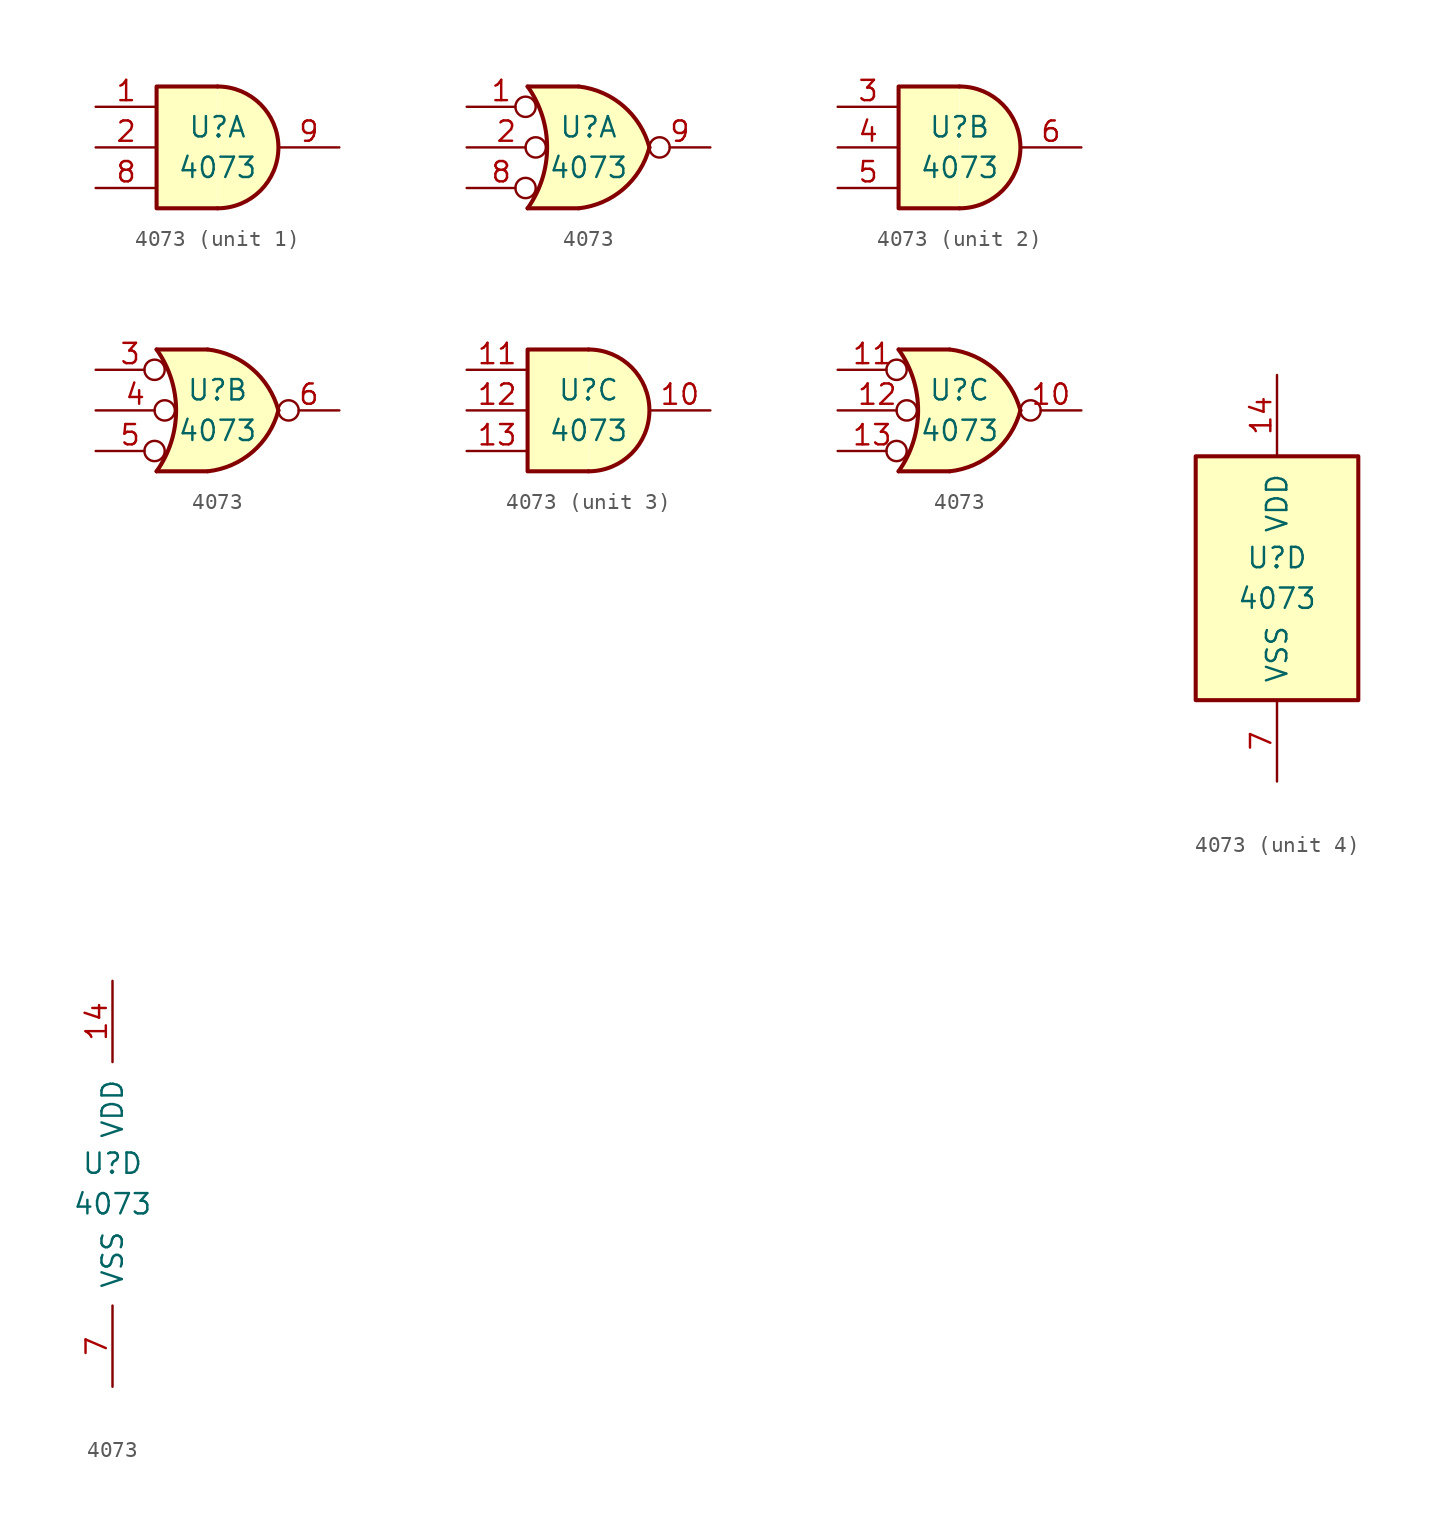
<source format=kicad_sym>
(kicad_symbol_lib
  (version 20200908)
  (generator kicad_symbol_editor)
  (symbol "4xxx:4073"
    (pin_names
      (offset 1.016))
    (property "Reference" "U"
      (at 0 1.27 0)
      (effects (font (size 1.27 1.27))))
    (property "Value" "4073"
      (at 0 -1.27 0)
      (effects (font (size 1.27 1.27))))
    (property "ki_locked" ""
      (at 0 0 0)
      (effects (font (size 1.27 1.27))))
    (symbol "4073_1_1"
      (arc (start 0 -3.81) (end 0 3.81) (radius (at 0 0) (length 3.81) (angles -89.9 89.9)) (stroke (width 0.254)) (fill (type background)))
      (polyline (pts (xy 0 3.81) (xy -3.81 3.81) (xy -3.81 -3.81) (xy 0 -3.81)) (stroke (width 0.254)) (fill (type background)))
      (pin input line (at -7.62 2.54 0) (length 3.81) (name "~" (effects (font (size 1.27 1.27)))) (number "1" (effects (font (size 1.27 1.27)))))
      (pin input line (at -7.62 0 0) (length 3.81) (name "~" (effects (font (size 1.27 1.27)))) (number "2" (effects (font (size 1.27 1.27)))))
      (pin input line (at -7.62 -2.54 0) (length 3.81) (name "~" (effects (font (size 1.27 1.27)))) (number "8" (effects (font (size 1.27 1.27)))))
      (pin output line (at 7.62 0 180) (length 3.81) (name "~" (effects (font (size 1.27 1.27)))) (number "9" (effects (font (size 1.27 1.27))))))
    (symbol "4073_2_1"
      (arc (start 0 -3.81) (end 0 3.81) (radius (at 0 0) (length 3.81) (angles -89.9 89.9)) (stroke (width 0.254)) (fill (type background)))
      (polyline (pts (xy 0 3.81) (xy -3.81 3.81) (xy -3.81 -3.81) (xy 0 -3.81)) (stroke (width 0.254)) (fill (type background)))
      (pin input line (at -7.62 2.54 0) (length 3.81) (name "~" (effects (font (size 1.27 1.27)))) (number "3" (effects (font (size 1.27 1.27)))))
      (pin input line (at -7.62 0 0) (length 3.81) (name "~" (effects (font (size 1.27 1.27)))) (number "4" (effects (font (size 1.27 1.27)))))
      (pin input line (at -7.62 -2.54 0) (length 3.81) (name "~" (effects (font (size 1.27 1.27)))) (number "5" (effects (font (size 1.27 1.27)))))
      (pin output line (at 7.62 0 180) (length 3.81) (name "~" (effects (font (size 1.27 1.27)))) (number "6" (effects (font (size 1.27 1.27))))))
    (symbol "4073_3_1"
      (arc (start 0 -3.81) (end 0 3.81) (radius (at 0 0) (length 3.81) (angles -89.9 89.9)) (stroke (width 0.254)) (fill (type background)))
      (polyline (pts (xy 0 3.81) (xy -3.81 3.81) (xy -3.81 -3.81) (xy 0 -3.81)) (stroke (width 0.254)) (fill (type background)))
      (pin output line (at 7.62 0 180) (length 3.81) (name "~" (effects (font (size 1.27 1.27)))) (number "10" (effects (font (size 1.27 1.27)))))
      (pin input line (at -7.62 2.54 0) (length 3.81) (name "~" (effects (font (size 1.27 1.27)))) (number "11" (effects (font (size 1.27 1.27)))))
      (pin input line (at -7.62 0 0) (length 3.81) (name "~" (effects (font (size 1.27 1.27)))) (number "12" (effects (font (size 1.27 1.27)))))
      (pin input line (at -7.62 -2.54 0) (length 3.81) (name "~" (effects (font (size 1.27 1.27)))) (number "13" (effects (font (size 1.27 1.27))))))
    (symbol "4073_1_2"
      (arc (start -3.81 3.81) (end -3.81 -3.81) (radius (at -9.144 0) (length 6.5532) (angles 35.4 -35.4)) (stroke (width 0.254)) (fill (type none)))
      (arc (start 3.81 0) (end -0.6096 3.81) (radius (at -1.1938 -1.3208) (length 5.1816) (angles 15 83.7)) (stroke (width 0.254)) (fill (type background)))
      (arc (start 3.81 0) (end -0.6096 -3.81) (radius (at -1.1938 1.3208) (length 5.1816) (angles -15 -83.7)) (stroke (width 0.254)) (fill (type background)))
      (polyline (pts (xy -3.81 -3.81) (xy -0.635 -3.81)) (stroke (width 0.254)) (fill (type background)))
      (polyline (pts (xy -3.81 3.81) (xy -0.635 3.81)) (stroke (width 0.254)) (fill (type background)))
      (polyline (pts (xy -0.635 3.81) (xy -3.81 3.81) (xy -3.81 3.81) (xy -3.556 3.404) (xy -3.023 2.261) (xy -2.692 1.041) (xy -2.616 -0.254) (xy -2.769 -1.499) (xy -3.175 -2.718) (xy -3.81 -3.81) (xy -3.81 -3.81) (xy -0.635 -3.81)) (stroke (width -25.4)) (fill (type background)))
      (pin input inverted (at -7.62 2.54 0) (length 4.318) (name "~" (effects (font (size 1.27 1.27)))) (number "1" (effects (font (size 1.27 1.27)))))
      (pin input inverted (at -7.62 0 0) (length 4.953) (name "~" (effects (font (size 1.27 1.27)))) (number "2" (effects (font (size 1.27 1.27)))))
      (pin input inverted (at -7.62 -2.54 0) (length 4.318) (name "~" (effects (font (size 1.27 1.27)))) (number "8" (effects (font (size 1.27 1.27)))))
      (pin output inverted (at 7.62 0 180) (length 3.81) (name "~" (effects (font (size 1.27 1.27)))) (number "9" (effects (font (size 1.27 1.27))))))
    (symbol "4073_2_2"
      (arc (start -3.81 3.81) (end -3.81 -3.81) (radius (at -9.144 0) (length 6.5532) (angles 35.4 -35.4)) (stroke (width 0.254)) (fill (type none)))
      (arc (start 3.81 0) (end -0.6096 3.81) (radius (at -1.1938 -1.3208) (length 5.1816) (angles 15 83.7)) (stroke (width 0.254)) (fill (type background)))
      (arc (start 3.81 0) (end -0.6096 -3.81) (radius (at -1.1938 1.3208) (length 5.1816) (angles -15 -83.7)) (stroke (width 0.254)) (fill (type background)))
      (polyline (pts (xy -3.81 -3.81) (xy -0.635 -3.81)) (stroke (width 0.254)) (fill (type background)))
      (polyline (pts (xy -3.81 3.81) (xy -0.635 3.81)) (stroke (width 0.254)) (fill (type background)))
      (polyline (pts (xy -0.635 3.81) (xy -3.81 3.81) (xy -3.81 3.81) (xy -3.556 3.404) (xy -3.023 2.261) (xy -2.692 1.041) (xy -2.616 -0.254) (xy -2.769 -1.499) (xy -3.175 -2.718) (xy -3.81 -3.81) (xy -3.81 -3.81) (xy -0.635 -3.81)) (stroke (width -25.4)) (fill (type background)))
      (pin input inverted (at -7.62 2.54 0) (length 4.318) (name "~" (effects (font (size 1.27 1.27)))) (number "3" (effects (font (size 1.27 1.27)))))
      (pin input inverted (at -7.62 0 0) (length 4.953) (name "~" (effects (font (size 1.27 1.27)))) (number "4" (effects (font (size 1.27 1.27)))))
      (pin input inverted (at -7.62 -2.54 0) (length 4.318) (name "~" (effects (font (size 1.27 1.27)))) (number "5" (effects (font (size 1.27 1.27)))))
      (pin output inverted (at 7.62 0 180) (length 3.81) (name "~" (effects (font (size 1.27 1.27)))) (number "6" (effects (font (size 1.27 1.27))))))
    (symbol "4073_3_2"
      (arc (start -3.81 3.81) (end -3.81 -3.81) (radius (at -9.144 0) (length 6.5532) (angles 35.4 -35.4)) (stroke (width 0.254)) (fill (type none)))
      (arc (start 3.81 0) (end -0.6096 3.81) (radius (at -1.1938 -1.3208) (length 5.1816) (angles 15 83.7)) (stroke (width 0.254)) (fill (type background)))
      (arc (start 3.81 0) (end -0.6096 -3.81) (radius (at -1.1938 1.3208) (length 5.1816) (angles -15 -83.7)) (stroke (width 0.254)) (fill (type background)))
      (polyline (pts (xy -3.81 -3.81) (xy -0.635 -3.81)) (stroke (width 0.254)) (fill (type background)))
      (polyline (pts (xy -3.81 3.81) (xy -0.635 3.81)) (stroke (width 0.254)) (fill (type background)))
      (polyline (pts (xy -0.635 3.81) (xy -3.81 3.81) (xy -3.81 3.81) (xy -3.556 3.404) (xy -3.023 2.261) (xy -2.692 1.041) (xy -2.616 -0.254) (xy -2.769 -1.499) (xy -3.175 -2.718) (xy -3.81 -3.81) (xy -3.81 -3.81) (xy -0.635 -3.81)) (stroke (width -25.4)) (fill (type background)))
      (pin output inverted (at 7.62 0 180) (length 3.81) (name "~" (effects (font (size 1.27 1.27)))) (number "10" (effects (font (size 1.27 1.27)))))
      (pin input inverted (at -7.62 2.54 0) (length 4.318) (name "~" (effects (font (size 1.27 1.27)))) (number "11" (effects (font (size 1.27 1.27)))))
      (pin input inverted (at -7.62 0 0) (length 4.953) (name "~" (effects (font (size 1.27 1.27)))) (number "12" (effects (font (size 1.27 1.27)))))
      (pin input inverted (at -7.62 -2.54 0) (length 4.318) (name "~" (effects (font (size 1.27 1.27)))) (number "13" (effects (font (size 1.27 1.27))))))
    (symbol "4073_4_1"
      (rectangle (start -5.08 7.62) (end 5.08 -7.62) (stroke (width 0.254)) (fill (type background))))
    (symbol "4073_4_0"
      (pin power_in line (at 0 12.7 270) (length 5.08) (name "VDD" (effects (font (size 1.27 1.27)))) (number "14" (effects (font (size 1.27 1.27)))))
      (pin power_in line (at 0 -12.7 90) (length 5.08) (name "VSS" (effects (font (size 1.27 1.27)))) (number "7" (effects (font (size 1.27 1.27))))))))
</source>
